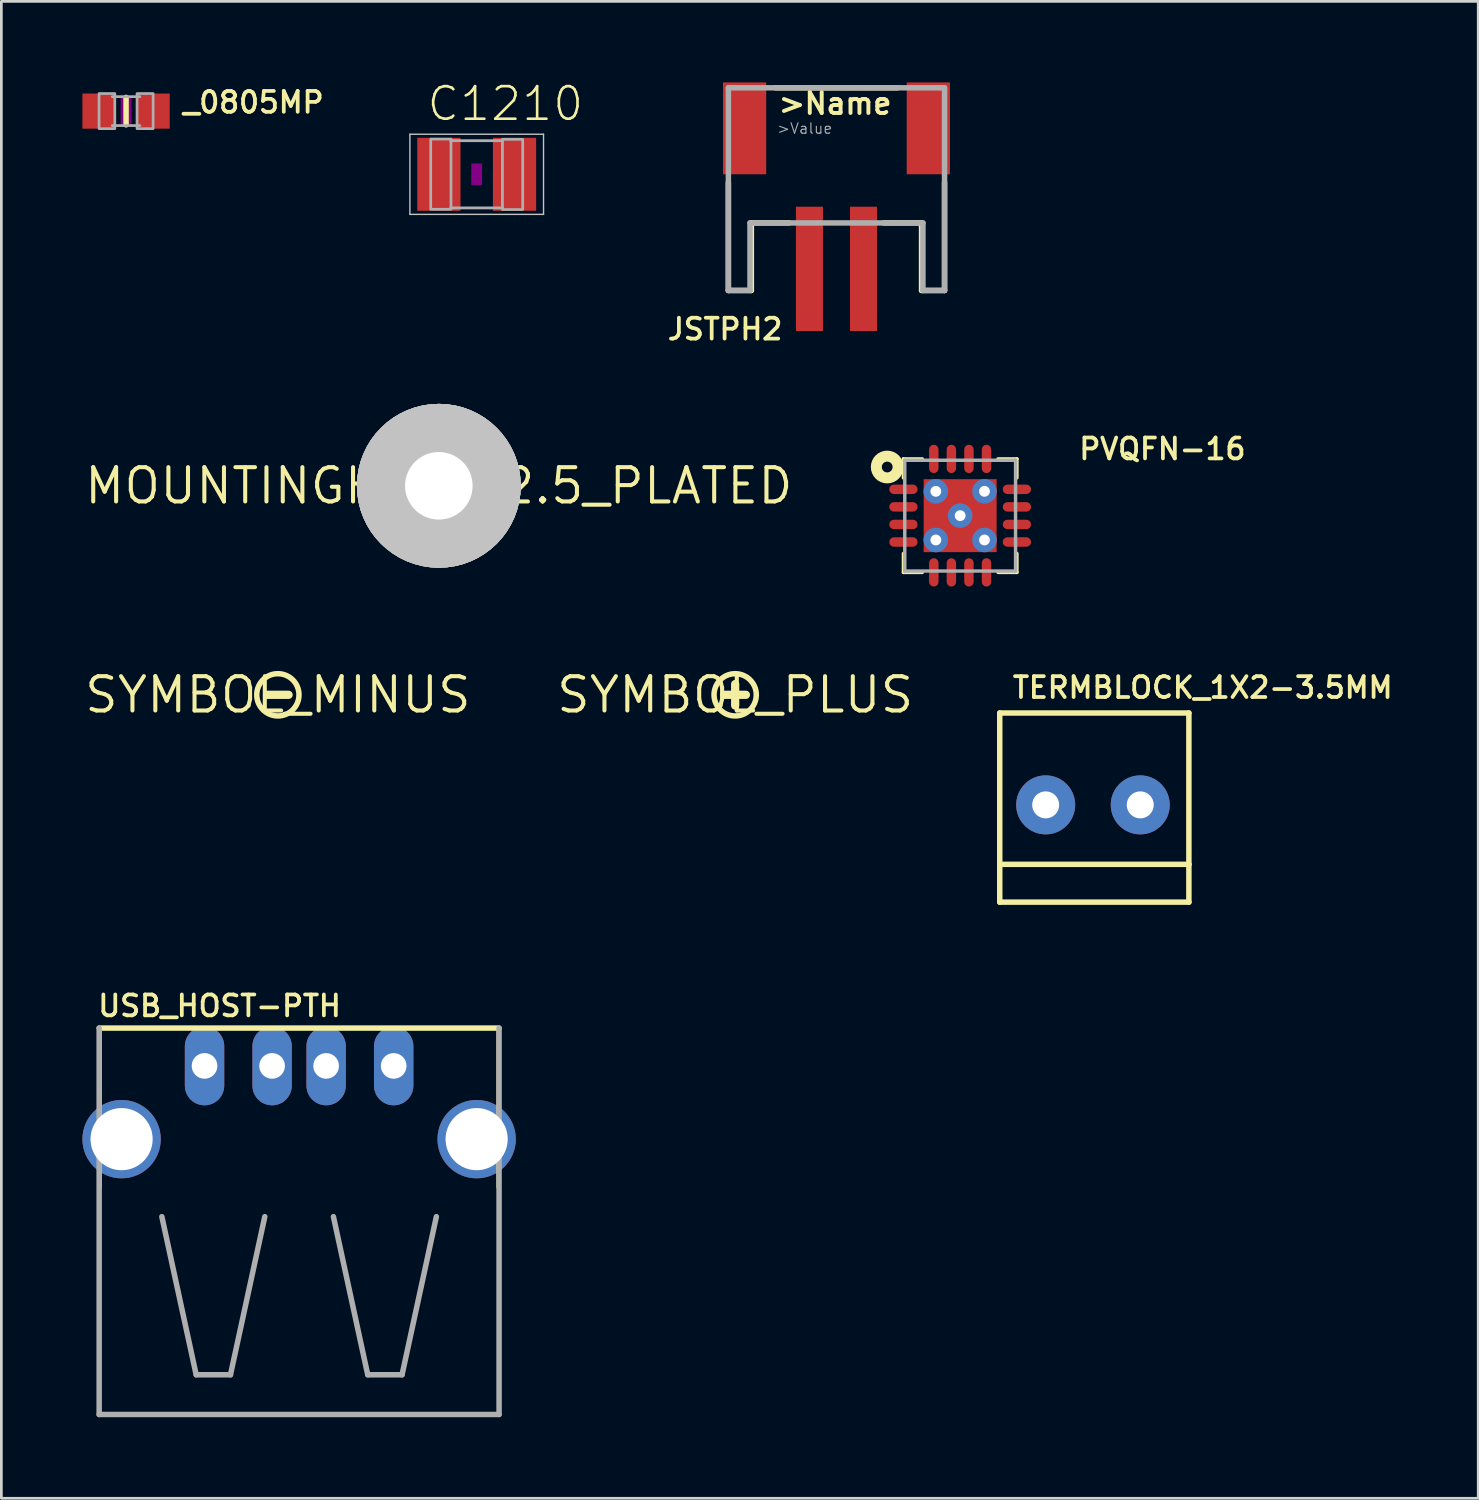
<source format=kicad_pcb>
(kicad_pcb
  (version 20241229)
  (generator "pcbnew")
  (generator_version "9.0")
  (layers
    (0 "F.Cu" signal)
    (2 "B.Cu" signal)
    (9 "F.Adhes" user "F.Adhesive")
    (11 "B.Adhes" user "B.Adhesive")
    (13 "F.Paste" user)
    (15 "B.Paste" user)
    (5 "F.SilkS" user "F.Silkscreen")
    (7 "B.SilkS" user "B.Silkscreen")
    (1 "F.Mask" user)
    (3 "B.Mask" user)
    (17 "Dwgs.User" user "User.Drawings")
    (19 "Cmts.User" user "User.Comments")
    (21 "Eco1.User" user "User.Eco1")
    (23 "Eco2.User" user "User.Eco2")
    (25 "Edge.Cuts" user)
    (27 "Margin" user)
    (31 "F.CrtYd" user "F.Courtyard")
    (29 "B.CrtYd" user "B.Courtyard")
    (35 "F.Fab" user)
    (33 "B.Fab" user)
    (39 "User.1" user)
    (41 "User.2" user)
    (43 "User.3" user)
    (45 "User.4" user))
  (footprint "USB_HOST-PTH"
    (layer "F.Cu")
    (at 8.02 42.919)
    (property "Reference" "USB_HOST-PTH" (at -7.52 -8.29 0) (layer "F.SilkS") (effects (font (size 0.772 0.772) (thickness 0.139)) (justify left bottom)))
    (attr through_hole)
    (fp_line (start -7.366 -7.874) (end -7.366 -2.032) (stroke (width 0.127) (type solid)) (layer "F.SilkS"))
    (fp_line (start 7.366 -7.874) (end 7.366 -2.032) (stroke (width 0.127) (type solid)) (layer "F.SilkS"))
    (fp_line (start 7.4 -7.92) (end -7.4 -7.92) (stroke (width 0.203) (type solid)) (layer "F.SilkS"))
    (fp_line (start -7.4 -7.92) (end -7.4 6.38) (stroke (width 0.203) (type solid)) (layer "F.Fab"))
    (fp_line (start -7.4 6.38) (end 7.4 6.38) (stroke (width 0.203) (type solid)) (layer "F.Fab"))
    (fp_line (start -5.08 -0.94) (end -3.81 4.91) (stroke (width 0.203) (type solid)) (layer "F.Fab"))
    (fp_line (start -3.81 4.91) (end -2.54 4.91) (stroke (width 0.203) (type solid)) (layer "F.Fab"))
    (fp_line (start -2.54 4.91) (end -1.27 -0.94) (stroke (width 0.203) (type solid)) (layer "F.Fab"))
    (fp_line (start 1.27 -0.94) (end 2.54 4.91) (stroke (width 0.203) (type solid)) (layer "F.Fab"))
    (fp_line (start 2.54 4.91) (end 3.81 4.91) (stroke (width 0.203) (type solid)) (layer "F.Fab"))
    (fp_line (start 3.81 4.91) (end 5.08 -0.94) (stroke (width 0.203) (type solid)) (layer "F.Fab"))
    (fp_line (start 7.4 6.38) (end 7.4 -7.92) (stroke (width 0.203) (type solid)) (layer "F.Fab"))
    (pad "D+" thru_hole oval (at 1 -6.52 90) (size 2.916 1.458) (drill 0.95) (layers "*.Cu" "*.Mask"))
    (pad "D-" thru_hole oval (at -1 -6.52 90) (size 2.916 1.458) (drill 0.95) (layers "*.Cu" "*.Mask"))
    (pad "GND" thru_hole oval (at 3.5 -6.52 90) (size 2.916 1.458) (drill 0.95) (layers "*.Cu" "*.Mask"))
    (pad "S1" thru_hole circle (at -6.57 -3.81) (size 2.9 2.9) (drill 2.3) (layers "*.Cu" "*.Mask"))
    (pad "S2" thru_hole circle (at 6.57 -3.81 180) (size 2.9 2.9) (drill 2.3) (layers "*.Cu" "*.Mask"))
    (pad "VBUS" thru_hole oval (at -3.5 -6.52 90) (size 2.916 1.458) (drill 0.95) (layers "*.Cu" "*.Mask")))
  (footprint "C1210"
    (layer "F.Cu")
    (at 14.593 3.401)
    (property "Reference" "C1210" (at -1.905 -1.905 180) (layer "F.SilkS") (effects (font (size 1.206 1.206) (thickness 0.097)) (justify left bottom)))
    (attr through_hole)
    (fp_poly (pts (xy -0.2 0.4) (xy 0.2 0.4) (xy 0.2 -0.4) (xy -0.2 -0.4)) (stroke (width 0) (type solid)) (fill yes) (layer "F.Adhes"))
    (fp_line (start -2.473 -1.483) (end 2.473 -1.483) (stroke (width 0.051) (type solid)) (layer "Dwgs.User"))
    (fp_line (start -2.473 1.483) (end -2.473 -1.483) (stroke (width 0.051) (type solid)) (layer "Dwgs.User"))
    (fp_line (start 2.473 -1.483) (end 2.473 1.483) (stroke (width 0.051) (type solid)) (layer "Dwgs.User"))
    (fp_line (start 2.473 1.483) (end -2.473 1.483) (stroke (width 0.051) (type solid)) (layer "Dwgs.User"))
    (fp_line (start -0.965 -1.245) (end 0.965 -1.245) (stroke (width 0.102) (type solid)) (layer "F.Fab"))
    (fp_line (start -0.965 1.245) (end 0.965 1.245) (stroke (width 0.102) (type solid)) (layer "F.Fab"))
    (fp_poly (pts (xy -1.702 1.295) (xy -0.952 1.295) (xy -0.952 -1.304) (xy -1.702 -1.304)) (stroke (width 0.1) (type solid)) (fill no) (layer "F.Fab"))
    (fp_poly (pts (xy 0.952 1.304) (xy 1.702 1.304) (xy 1.702 -1.295) (xy 0.952 -1.295)) (stroke (width 0.1) (type solid)) (fill no) (layer "F.Fab"))
    (pad "1" smd rect (at -1.4 0) (size 1.6 2.7) (layers "F.Cu" "F.Mask" "F.Paste"))
    (pad "2" smd rect (at 1.4 0) (size 1.6 2.7) (layers "F.Cu" "F.Mask" "F.Paste")))
  (footprint "_0805MP"
    (layer "F.Cu")
    (at 1.616 1.062)
    (property "Reference" "_0805MP" (at 2.032 0.127 180) (layer "F.SilkS") (effects (font (size 0.772 0.772) (thickness 0.139)) (justify left bottom)))
    (attr through_hole)
    (fp_line (start 0 -0.508) (end 0 0.508) (stroke (width 0.203) (type solid)) (layer "F.SilkS"))
    (fp_poly (pts (xy -0.2 0.5) (xy 0.2 0.5) (xy 0.2 -0.5) (xy -0.2 -0.5)) (stroke (width 0) (type solid)) (fill yes) (layer "F.Adhes"))
    (fp_line (start -0.51 -0.535) (end 0.51 -0.535) (stroke (width 0.102) (type solid)) (layer "F.Fab"))
    (fp_line (start -0.51 0.535) (end 0.51 0.535) (stroke (width 0.102) (type solid)) (layer "F.Fab"))
    (fp_poly (pts (xy -1 0.65) (xy -0.417 0.65) (xy -0.417 -0.65) (xy -1 -0.65)) (stroke (width 0.1) (type solid)) (fill no) (layer "F.Fab"))
    (fp_poly (pts (xy 0.406 0.65) (xy 1 0.65) (xy 1 -0.65) (xy 0.406 -0.65)) (stroke (width 0.1) (type solid)) (fill no) (layer "F.Fab"))
    (pad "1" smd rect (at -1.016 0) (size 1.2 1.3) (layers "F.Cu" "F.Mask" "F.Paste"))
    (pad "2" smd rect (at 1.016 0) (size 1.2 1.3) (layers "F.Cu" "F.Mask" "F.Paste")))
  (footprint "MOUNTINGHOLE_2.5_PLATED"
    (layer "F.Cu")
    (at 13.191 14.929)
    (property "Reference" "MOUNTINGHOLE_2.5_PLATED" (at 0 0 0) (layer "F.SilkS") (effects (font (size 1.27 1.27) (thickness 0.15))))
    (attr through_hole)
    (fp_circle (center 0 0) (end 2 0) (stroke (width 0.203) (type solid)) (fill no) (layer "F.SilkS"))
    (fp_circle (center 0 0) (end 1 0) (stroke (width 2.032) (type solid)) (fill no) (layer "Dwgs.User"))
    (fp_circle (center 0 0) (end 1 0) (stroke (width 2.032) (type solid)) (fill no) (layer "Dwgs.User"))
    (fp_circle (center 0 0) (end 1 0) (stroke (width 2.032) (type solid)) (fill no) (layer "Dwgs.User"))
    (fp_circle (center 0 0) (end 1 0) (stroke (width 2.032) (type solid)) (fill no) (layer "Dwgs.User"))
    (pad "P$1" thru_hole circle (at 0 0) (size 3.2 3.2) (drill 2.5) (layers "*.Cu" "*.Mask")))
  (footprint "TERMBLOCK_1X2-3.5MM"
    (layer "F.Cu")
    (at 37.35 26.738)
    (property "Reference" "TERMBLOCK_1X2-3.5MM" (at -3 -3.89 180) (layer "F.SilkS") (effects (font (size 0.772 0.772) (thickness 0.139)) (justify left bottom)))
    (attr through_hole)
    (fp_line (start -3.4 -3.4) (end -3.4 2.2) (stroke (width 0.203) (type solid)) (layer "F.SilkS"))
    (fp_line (start -3.4 2.2) (end -3.4 3.6) (stroke (width 0.203) (type solid)) (layer "F.SilkS"))
    (fp_line (start -3.4 2.2) (end 3.6 2.2) (stroke (width 0.203) (type solid)) (layer "F.SilkS"))
    (fp_line (start -3.4 3.6) (end 3.6 3.6) (stroke (width 0.203) (type solid)) (layer "F.SilkS"))
    (fp_line (start 3.6 -3.4) (end -3.4 -3.4) (stroke (width 0.203) (type solid)) (layer "F.SilkS"))
    (fp_line (start 3.6 2.2) (end 3.6 -3.4) (stroke (width 0.203) (type solid)) (layer "F.SilkS"))
    (fp_line (start 3.6 3.6) (end 3.6 2.2) (stroke (width 0.203) (type solid)) (layer "F.SilkS"))
    (pad "1" thru_hole circle (at 1.8 0) (size 2.184 2.184) (drill 1) (layers "*.Cu" "*.Mask"))
    (pad "2" thru_hole circle (at -1.7 0) (size 2.184 2.184) (drill 1) (layers "*.Cu" "*.Mask")))
  (footprint "SYMBOL_PLUS"
    (layer "F.Cu")
    (at 24.158 22.665)
    (property "Reference" "SYMBOL_PLUS" (at 0 0 0) (layer "F.SilkS") (effects (font (size 1.27 1.27) (thickness 0.15))))
    (attr through_hole)
    (fp_line (start 0 -0.397) (end 0 0.397) (stroke (width 0.305) (type solid)) (layer "F.SilkS"))
    (fp_line (start 0.397 0) (end -0.397 0) (stroke (width 0.305) (type solid)) (layer "F.SilkS"))
    (fp_circle (center 0 0) (end 0.782 0) (stroke (width 0.203) (type solid)) (fill no) (layer "F.SilkS")))
  (footprint "JSTPH2"
    (layer "F.Cu")
    (at 27.907 3.2)
    (property "Reference" "JSTPH2" (at -4.122 5.931 0) (layer "F.SilkS") (effects (font (size 0.772 0.772) (thickness 0.139))))
    (attr through_hole)
    (fp_line (start -4 4.5) (end -4 0.5) (stroke (width 0.203) (type solid)) (layer "F.SilkS"))
    (fp_line (start -3.15 2) (end -3.15 4.5) (stroke (width 0.203) (type solid)) (layer "F.SilkS"))
    (fp_line (start -3.15 4.5) (end -4 4.5) (stroke (width 0.203) (type solid)) (layer "F.SilkS"))
    (fp_line (start -2.25 -3) (end 2.25 -3) (stroke (width 0.203) (type solid)) (layer "F.SilkS"))
    (fp_line (start -1.75 2) (end -3.15 2) (stroke (width 0.203) (type solid)) (layer "F.SilkS"))
    (fp_line (start 3.15 2) (end 1.75 2) (stroke (width 0.203) (type solid)) (layer "F.SilkS"))
    (fp_line (start 3.15 4.5) (end 3.15 2) (stroke (width 0.203) (type solid)) (layer "F.SilkS"))
    (fp_line (start 4 0.5) (end 4 4.5) (stroke (width 0.203) (type solid)) (layer "F.SilkS"))
    (fp_line (start 4 4.5) (end 3.15 4.5) (stroke (width 0.203) (type solid)) (layer "F.SilkS"))
    (fp_line (start -4 -3) (end 4 -3) (stroke (width 0.203) (type solid)) (layer "F.Fab"))
    (fp_line (start -4 4.5) (end -4 -3) (stroke (width 0.203) (type solid)) (layer "F.Fab"))
    (fp_line (start -3.2 2) (end -3.2 4.5) (stroke (width 0.203) (type solid)) (layer "F.Fab"))
    (fp_line (start -3.2 4.5) (end -4 4.5) (stroke (width 0.203) (type solid)) (layer "F.Fab"))
    (fp_line (start 3.2 2) (end -3.2 2) (stroke (width 0.203) (type solid)) (layer "F.Fab"))
    (fp_line (start 3.2 4.5) (end 3.2 2) (stroke (width 0.203) (type solid)) (layer "F.Fab"))
    (fp_line (start 4 -3) (end 4 4.5) (stroke (width 0.203) (type solid)) (layer "F.Fab"))
    (fp_line (start 4 4.5) (end 3.2 4.5) (stroke (width 0.203) (type solid)) (layer "F.Fab"))
    (fp_text user ">Name" (at -2.223 -1.968 0) (layer "F.SilkS") (effects (font (size 0.772 0.772) (thickness 0.146)) (justify left bottom)))
    (fp_text user ">Value" (at -2.223 -1.27 0) (layer "F.Fab") (effects (font (size 0.386 0.386) (thickness 0.041)) (justify left bottom)))
    (pad "1" smd rect (at -1 3.7) (size 1 4.6) (layers "F.Cu" "F.Mask" "F.Paste"))
    (pad "2" smd rect (at 1 3.7) (size 1 4.6) (layers "F.Cu" "F.Mask" "F.Paste"))
    (pad "NC1" smd rect (at -3.4 -1.5 90) (size 3.4 1.6) (layers "F.Cu" "F.Mask" "F.Paste"))
    (pad "NC2" smd rect (at 3.4 -1.5 90) (size 3.4 1.6) (layers "F.Cu" "F.Mask" "F.Paste")))
  (footprint "SYMBOL_MINUS"
    (layer "F.Cu")
    (at 7.234 22.665)
    (property "Reference" "SYMBOL_MINUS" (at 0 0 0) (layer "F.SilkS") (effects (font (size 1.27 1.27) (thickness 0.15))))
    (attr through_hole)
    (fp_line (start 0.397 0) (end -0.397 0) (stroke (width 0.305) (type solid)) (layer "F.SilkS"))
    (fp_circle (center 0 0) (end 0.782 0) (stroke (width 0.203) (type solid)) (fill no) (layer "F.SilkS")))
  (footprint "PVQFN-16"
    (layer "F.Cu")
    (at 32.485 16.034)
    (property "Reference" "PVQFN-16" (at 4.324 -2.018 180) (layer "F.SilkS") (effects (font (size 0.772 0.772) (thickness 0.139)) (justify left bottom)))
    (attr through_hole)
    (fp_line (start -2.1 -2.1) (end -2.1 -1.4) (stroke (width 0.127) (type solid)) (layer "F.SilkS"))
    (fp_line (start -2.1 1.4) (end -2.1 2.1) (stroke (width 0.127) (type solid)) (layer "F.SilkS"))
    (fp_line (start -2.1 2.1) (end -1.4 2.1) (stroke (width 0.127) (type solid)) (layer "F.SilkS"))
    (fp_line (start -1.4 -2.1) (end -2.1 -2.1) (stroke (width 0.127) (type solid)) (layer "F.SilkS"))
    (fp_line (start 1.4 -2.1) (end 2.1 -2.1) (stroke (width 0.127) (type solid)) (layer "F.SilkS"))
    (fp_line (start 2.1 -2.1) (end 2.1 -1.4) (stroke (width 0.127) (type solid)) (layer "F.SilkS"))
    (fp_line (start 2.1 1.4) (end 2.1 2.1) (stroke (width 0.127) (type solid)) (layer "F.SilkS"))
    (fp_line (start 2.1 2.1) (end 1.4 2.1) (stroke (width 0.127) (type solid)) (layer "F.SilkS"))
    (fp_circle (center -2.7 -1.8) (end -2.5 -1.8) (stroke (width 0.406) (type solid)) (fill no) (layer "F.SilkS"))
    (fp_poly (pts (xy -0.6 0.3) (xy -0.6 -0.3) (xy -1.3 -0.3) (xy -1.3 0.3)) (stroke (width 0) (type solid)) (fill yes) (layer "F.Paste"))
    (fp_poly (pts (xy -0.3 -0.6) (xy 0.3 -0.6) (xy 0.3 -1.3) (xy -0.3 -1.3)) (stroke (width 0) (type solid)) (fill yes) (layer "F.Paste"))
    (fp_poly (pts (xy -0.3 1.3) (xy 0.3 1.3) (xy 0.3 0.6) (xy -0.3 0.6)) (stroke (width 0) (type solid)) (fill yes) (layer "F.Paste"))
    (fp_poly (pts (xy 1.3 0.3) (xy 1.3 -0.3) (xy 0.6 -0.3) (xy 0.6 0.3)) (stroke (width 0) (type solid)) (fill yes) (layer "F.Paste"))
    (fp_line (start -2.05 -2.05) (end 2.05 -2.05) (stroke (width 0.127) (type solid)) (layer "F.Fab"))
    (fp_line (start -2.05 2.05) (end -2.05 -2.05) (stroke (width 0.127) (type solid)) (layer "F.Fab"))
    (fp_line (start 2.05 -2.05) (end 2.05 2.05) (stroke (width 0.127) (type solid)) (layer "F.Fab"))
    (fp_line (start 2.05 2.05) (end -2.05 2.05) (stroke (width 0.127) (type solid)) (layer "F.Fab"))
    (pad "1" smd roundrect (at -2.1 -0.975) (size 1.05 0.35) (layers "F.Cu" "F.Mask" "F.Paste") (roundrect_rratio 0.5))
    (pad "2" smd roundrect (at -2.1 -0.325) (size 1.05 0.35) (layers "F.Cu" "F.Mask" "F.Paste") (roundrect_rratio 0.5))
    (pad "3" smd roundrect (at -2.1 0.325) (size 1.05 0.35) (layers "F.Cu" "F.Mask" "F.Paste") (roundrect_rratio 0.5))
    (pad "4" smd roundrect (at -2.1 0.975) (size 1.05 0.35) (layers "F.Cu" "F.Mask" "F.Paste") (roundrect_rratio 0.5))
    (pad "5" smd roundrect (at -0.975 2.1 90) (size 1.05 0.35) (layers "F.Cu" "F.Mask" "F.Paste") (roundrect_rratio 0.5))
    (pad "6" smd roundrect (at -0.325 2.1 90) (size 1.05 0.35) (layers "F.Cu" "F.Mask" "F.Paste") (roundrect_rratio 0.5))
    (pad "7" smd roundrect (at 0.325 2.1 90) (size 1.05 0.35) (layers "F.Cu" "F.Mask" "F.Paste") (roundrect_rratio 0.5))
    (pad "8" smd roundrect (at 0.975 2.1 90) (size 1.05 0.35) (layers "F.Cu" "F.Mask" "F.Paste") (roundrect_rratio 0.5))
    (pad "9" smd roundrect (at 2.1 0.975 180) (size 1.05 0.35) (layers "F.Cu" "F.Mask" "F.Paste") (roundrect_rratio 0.5))
    (pad "10" smd roundrect (at 2.1 0.325 180) (size 1.05 0.35) (layers "F.Cu" "F.Mask" "F.Paste") (roundrect_rratio 0.5))
    (pad "11" smd roundrect (at 2.1 -0.325 180) (size 1.05 0.35) (layers "F.Cu" "F.Mask" "F.Paste") (roundrect_rratio 0.5))
    (pad "12" smd roundrect (at 2.1 -0.975 180) (size 1.05 0.35) (layers "F.Cu" "F.Mask" "F.Paste") (roundrect_rratio 0.5))
    (pad "13" smd roundrect (at 0.975 -2.1 270) (size 1.05 0.35) (layers "F.Cu" "F.Mask" "F.Paste") (roundrect_rratio 0.5))
    (pad "14" smd roundrect (at 0.325 -2.1 270) (size 1.05 0.35) (layers "F.Cu" "F.Mask" "F.Paste") (roundrect_rratio 0.5))
    (pad "15" smd roundrect (at -0.325 -2.1 270) (size 1.05 0.35) (layers "F.Cu" "F.Mask" "F.Paste") (roundrect_rratio 0.5))
    (pad "16" smd roundrect (at -0.975 -2.1 270) (size 1.05 0.35) (layers "F.Cu" "F.Mask" "F.Paste") (roundrect_rratio 0.5))
    (pad "P$18" thru_hole circle (at 0 0) (size 0.908 0.908) (drill 0.4) (layers "*.Cu" "*.Mask"))
    (pad "P$19" thru_hole circle (at -0.9 -0.9) (size 0.908 0.908) (drill 0.4) (layers "*.Cu" "*.Mask"))
    (pad "P$20" thru_hole circle (at 0.9 -0.9) (size 0.908 0.908) (drill 0.4) (layers "*.Cu" "*.Mask"))
    (pad "P$21" thru_hole circle (at 0.9 0.9) (size 0.908 0.908) (drill 0.4) (layers "*.Cu" "*.Mask"))
    (pad "P$22" thru_hole circle (at -0.9 0.9) (size 0.908 0.908) (drill 0.4) (layers "*.Cu" "*.Mask"))
    (pad "THERMAL" smd rect (at 0 0) (size 2.7 2.7) (layers "F.Cu" "F.Mask")))
  (gr_rect
    (start -3 -3)
    (end 51.658 52.401)
    (stroke (width 0.1) (type default))
    (fill no)
    (layer "Edge.Cuts")))
</source>
